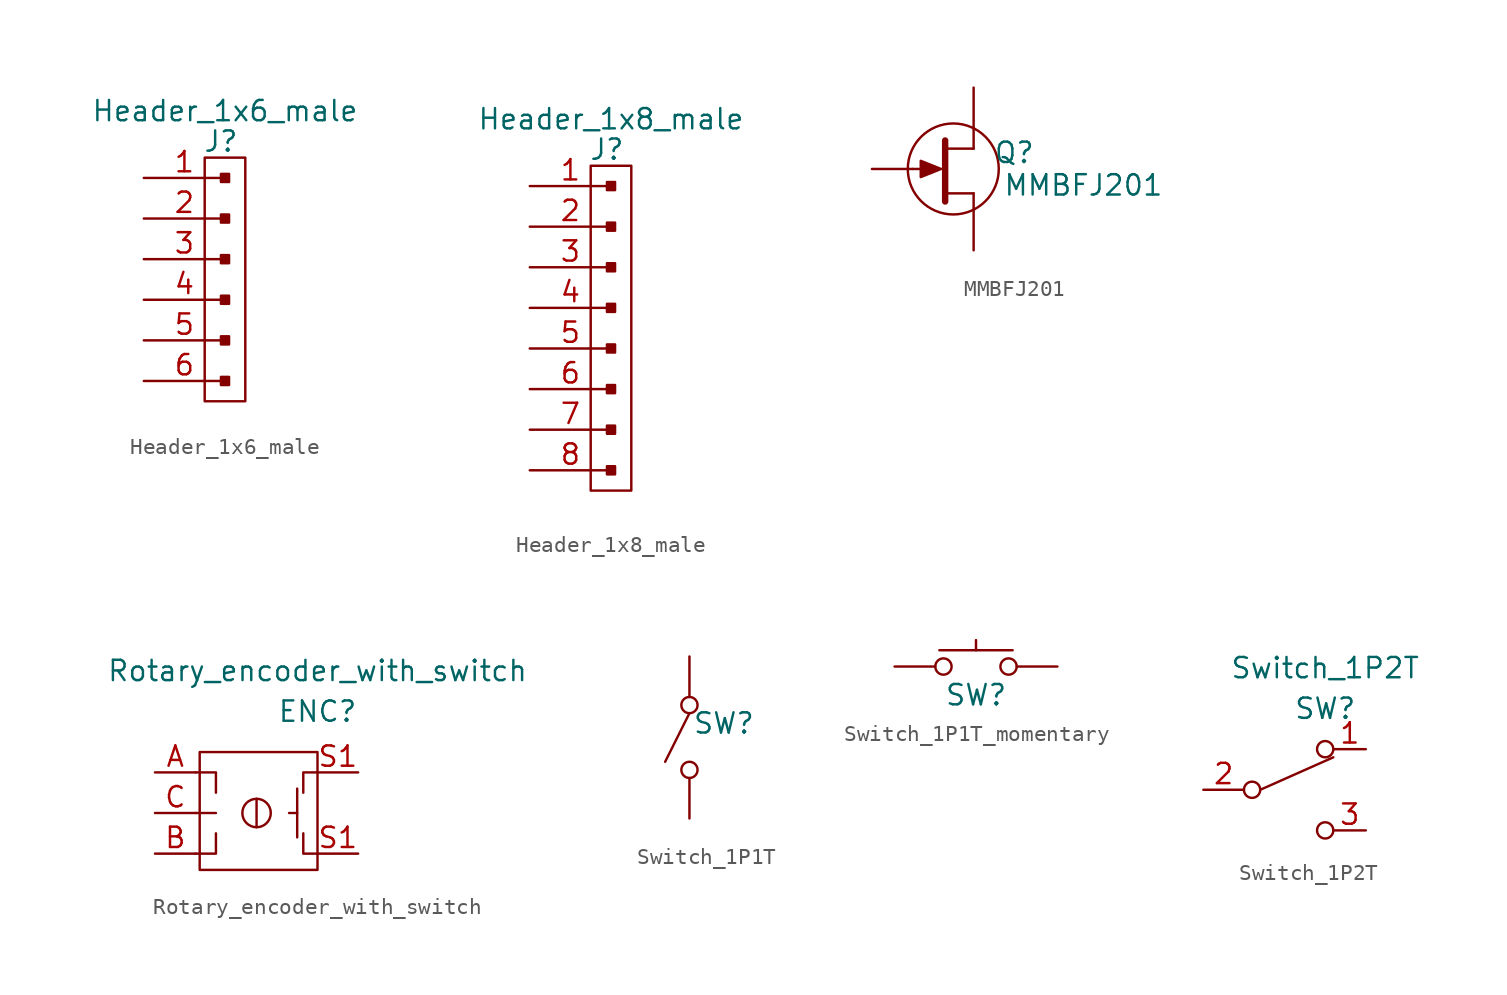
<source format=kicad_sym>
(kicad_symbol_lib
  (version 20211014)
  (generator kicad_symbol_editor)
  (symbol "Header_1x6_male"
    (pin_names hide)
    (property "Reference" "J"
      (at -0.254 2.286 0)
      (effects (font (size 1.27 1.27))))
    (property "Value" "Header_1x6_male"
      (at 0 4.191 0)
      (effects (font (size 1.27 1.27))))
    (symbol "Header_1x6_male_0_1"
      (rectangle (start -1.27 1.27) (end 1.27 -13.97) (stroke (width 0) (type default) (color 0 0 0 0)) (fill (type none)))
      (rectangle (start -0.254 -12.446) (end 0.254 -12.954) (stroke (width 0) (type default) (color 0 0 0 0)) (fill (type outline)))
      (rectangle (start -0.254 -9.906) (end 0.254 -10.414) (stroke (width 0) (type default) (color 0 0 0 0)) (fill (type outline)))
      (rectangle (start -0.254 -7.366) (end 0.254 -7.874) (stroke (width 0) (type default) (color 0 0 0 0)) (fill (type outline)))
      (rectangle (start -0.254 -4.826) (end 0.254 -5.334) (stroke (width 0) (type default) (color 0 0 0 0)) (fill (type outline)))
      (rectangle (start -0.254 -2.286) (end 0.254 -2.794) (stroke (width 0) (type default) (color 0 0 0 0)) (fill (type outline)))
      (rectangle (start -0.254 0.254) (end 0.254 -0.254) (stroke (width 0) (type default) (color 0 0 0 0)) (fill (type outline))))
    (symbol "Header_1x6_male_1_1"
      (pin passive line (at -5.08 0 0) (length 5.08) (name "1" (effects (font (size 1.27 1.27)))) (number "1" (effects (font (size 1.27 1.27)))))
      (pin passive line (at -5.08 -2.54 0) (length 5.08) (name "2" (effects (font (size 1.27 1.27)))) (number "2" (effects (font (size 1.27 1.27)))))
      (pin passive line (at -5.08 -5.08 0) (length 5.08) (name "3" (effects (font (size 1.27 1.27)))) (number "3" (effects (font (size 1.27 1.27)))))
      (pin passive line (at -5.08 -7.62 0) (length 5.08) (name "4" (effects (font (size 1.27 1.27)))) (number "4" (effects (font (size 1.27 1.27)))))
      (pin passive line (at -5.08 -10.16 0) (length 5.08) (name "5" (effects (font (size 1.27 1.27)))) (number "5" (effects (font (size 1.27 1.27)))))
      (pin passive line (at -5.08 -12.7 0) (length 5.08) (name "6" (effects (font (size 1.27 1.27)))) (number "6" (effects (font (size 1.27 1.27)))))))
  (symbol "Header_1x8_male"
    (pin_names hide)
    (property "Reference" "J"
      (at -0.254 2.286 0)
      (effects (font (size 1.27 1.27))))
    (property "Value" "Header_1x8_male"
      (at 0 4.191 0)
      (effects (font (size 1.27 1.27))))
    (symbol "Header_1x8_male_0_1"
      (rectangle (start -1.27 1.27) (end 1.27 -19.05) (stroke (width 0) (type default) (color 0 0 0 0)) (fill (type none)))
      (rectangle (start -0.254 -17.526) (end 0.254 -18.034) (stroke (width 0) (type default) (color 0 0 0 0)) (fill (type outline)))
      (rectangle (start -0.254 -14.986) (end 0.254 -15.494) (stroke (width 0) (type default) (color 0 0 0 0)) (fill (type outline)))
      (rectangle (start -0.254 -12.446) (end 0.254 -12.954) (stroke (width 0) (type default) (color 0 0 0 0)) (fill (type outline)))
      (rectangle (start -0.254 -9.906) (end 0.254 -10.414) (stroke (width 0) (type default) (color 0 0 0 0)) (fill (type outline)))
      (rectangle (start -0.254 -7.366) (end 0.254 -7.874) (stroke (width 0) (type default) (color 0 0 0 0)) (fill (type outline)))
      (rectangle (start -0.254 -4.826) (end 0.254 -5.334) (stroke (width 0) (type default) (color 0 0 0 0)) (fill (type outline)))
      (rectangle (start -0.254 -2.286) (end 0.254 -2.794) (stroke (width 0) (type default) (color 0 0 0 0)) (fill (type outline)))
      (rectangle (start -0.254 0.254) (end 0.254 -0.254) (stroke (width 0) (type default) (color 0 0 0 0)) (fill (type outline))))
    (symbol "Header_1x8_male_1_1"
      (pin passive line (at -5.08 0 0) (length 5.08) (name "1" (effects (font (size 1.27 1.27)))) (number "1" (effects (font (size 1.27 1.27)))))
      (pin passive line (at -5.08 -2.54 0) (length 5.08) (name "2" (effects (font (size 1.27 1.27)))) (number "2" (effects (font (size 1.27 1.27)))))
      (pin passive line (at -5.08 -5.08 0) (length 5.08) (name "3" (effects (font (size 1.27 1.27)))) (number "3" (effects (font (size 1.27 1.27)))))
      (pin passive line (at -5.08 -7.62 0) (length 5.08) (name "4" (effects (font (size 1.27 1.27)))) (number "4" (effects (font (size 1.27 1.27)))))
      (pin passive line (at -5.08 -10.16 0) (length 5.08) (name "5" (effects (font (size 1.27 1.27)))) (number "5" (effects (font (size 1.27 1.27)))))
      (pin passive line (at -5.08 -12.7 0) (length 5.08) (name "6" (effects (font (size 1.27 1.27)))) (number "6" (effects (font (size 1.27 1.27)))))
      (pin passive line (at -5.08 -15.24 0) (length 5.08) (name "7" (effects (font (size 1.27 1.27)))) (number "7" (effects (font (size 1.27 1.27)))))
      (pin passive line (at -5.08 -17.78 0) (length 5.08) (name "8" (effects (font (size 1.27 1.27)))) (number "8" (effects (font (size 1.27 1.27)))))))
  (symbol "MMBFJ201"
    (pin_numbers hide)
    (pin_names hide)
    (property "Reference" "Q"
      (at 2.54 1.016 0)
      (effects (font (size 1.27 1.27))))
    (property "Value" "MMBFJ201"
      (at 6.858 -1.016 0)
      (effects (font (size 1.27 1.27))))
    (symbol "MMBFJ201_0_1"
      (circle (center -1.27 0) (radius 2.84) (stroke (width 0) (type default) (color 0 0 0 0)) (fill (type none)))
      (polyline (pts (xy -3.81 0) (xy -2.54 0)) (stroke (width 0) (type default) (color 0 0 0 0)) (fill (type none)))
      (polyline (pts (xy -1.778 1.778) (xy -1.778 -2.032)) (stroke (width 0.4) (type default) (color 0 0 0 0)) (fill (type none)))
      (polyline (pts (xy 0 -1.524) (xy -1.778 -1.524)) (stroke (width 0) (type default) (color 0 0 0 0)) (fill (type none)))
      (polyline (pts (xy 0 -1.524) (xy 0 -2.54)) (stroke (width 0) (type default) (color 0 0 0 0)) (fill (type none)))
      (polyline (pts (xy 0 1.27) (xy -1.778 1.27)) (stroke (width 0) (type default) (color 0 0 0 0)) (fill (type none)))
      (polyline (pts (xy 0 1.27) (xy 0 2.54)) (stroke (width 0) (type default) (color 0 0 0 0)) (fill (type none)))
      (polyline (pts (xy -2.032 0) (xy -3.302 -0.508) (xy -3.302 0.508) (xy -2.032 0)) (stroke (width 0) (type default) (color 0 0 0 0)) (fill (type outline))))
    (symbol "MMBFJ201_1_1"
      (pin passive line (at 0 5.08 270) (length 2.54) (name "D" (effects (font (size 1.27 1.27)))) (number "D" (effects (font (size 1.27 1.27)))))
      (pin input line (at -6.35 0 0) (length 2.54) (name "G" (effects (font (size 1.27 1.27)))) (number "G" (effects (font (size 1.27 1.27)))))
      (pin passive line (at 0 -5.08 90) (length 2.54) (name "S" (effects (font (size 1.27 1.27)))) (number "S" (effects (font (size 1.27 1.27)))))))
  (symbol "Rotary_encoder_with_switch"
    (pin_names hide)
    (property "Reference" "ENC"
      (at 0 3.81 0)
      (effects (font (size 1.27 1.27))))
    (property "Value" "Rotary_encoder_with_switch"
      (at 0 6.35 0)
      (effects (font (size 1.27 1.27))))
    (symbol "Rotary_encoder_with_switch_0_1"
      (rectangle (start -7.366 1.27) (end 0 -6.096) (stroke (width 0) (type default) (color 0 0 0 0)) (fill (type none)))
      (circle (center -3.81 -2.54) (radius 0.889) (stroke (width 0) (type default) (color 0 0 0 0)) (fill (type none)))
      (polyline (pts (xy -7.62 -2.54) (xy -6.35 -2.54)) (stroke (width 0) (type default) (color 0 0 0 0)) (fill (type none)))
      (polyline (pts (xy -3.81 -1.651) (xy -3.81 -3.429)) (stroke (width 0) (type default) (color 0 0 0 0)) (fill (type none)))
      (polyline (pts (xy -1.778 -2.54) (xy -1.27 -2.54)) (stroke (width 0) (type default) (color 0 0 0 0)) (fill (type none)))
      (polyline (pts (xy -1.27 -1.016) (xy -1.27 -4.064)) (stroke (width 0) (type default) (color 0 0 0 0)) (fill (type none)))
      (polyline (pts (xy -7.62 -5.08) (xy -6.35 -5.08) (xy -6.35 -3.81)) (stroke (width 0) (type default) (color 0 0 0 0)) (fill (type none)))
      (polyline (pts (xy -7.62 0) (xy -6.35 0) (xy -6.35 -1.27)) (stroke (width 0) (type default) (color 0 0 0 0)) (fill (type none)))
      (polyline (pts (xy 0 -5.08) (xy -0.889 -5.08) (xy -0.889 -3.81)) (stroke (width 0) (type default) (color 0 0 0 0)) (fill (type none)))
      (polyline (pts (xy 0 0) (xy -0.889 0) (xy -0.889 -1.27)) (stroke (width 0) (type default) (color 0 0 0 0)) (fill (type none))))
    (symbol "Rotary_encoder_with_switch_1_1"
      (pin passive line (at -10.16 0 0) (length 2.54) (name "A" (effects (font (size 1.27 1.27)))) (number "A" (effects (font (size 1.27 1.27)))))
      (pin passive line (at -10.16 -5.08 0) (length 2.54) (name "B" (effects (font (size 1.27 1.27)))) (number "B" (effects (font (size 1.27 1.27)))))
      (pin passive line (at -10.16 -2.54 0) (length 2.54) (name "C" (effects (font (size 1.27 1.27)))) (number "C" (effects (font (size 1.27 1.27)))))
      (pin passive line (at 2.54 -5.08 180) (length 2.54) (name "S1" (effects (font (size 1.27 1.27)))) (number "S1" (effects (font (size 1.27 1.27)))))
      (pin passive line (at 2.54 0 180) (length 2.54) (name "S1" (effects (font (size 1.27 1.27)))) (number "S1" (effects (font (size 1.27 1.27)))))))
  (symbol "Switch_1P1T"
    (pin_numbers hide)
    (pin_names hide)
    (property "Reference" "SW"
      (at 2.159 0.889 0)
      (effects (font (size 1.27 1.27))))
    (symbol "Switch_1P1T_0_0"
      (circle (center 0 -2.032) (radius 0.508) (stroke (width 0) (type default) (color 0 0 0 0)) (fill (type none)))
      (polyline (pts (xy 0 1.524) (xy -1.524 -1.524)) (stroke (width 0) (type default) (color 0 0 0 0)) (fill (type none)))
      (circle (center 0 2.032) (radius 0.508) (stroke (width 0) (type default) (color 0 0 0 0)) (fill (type none))))
    (symbol "Switch_1P1T_1_1"
      (pin passive line (at 0 5.08 270) (length 2.54) (name "1" (effects (font (size 1.27 1.27)))) (number "1" (effects (font (size 1.27 1.27)))))
      (pin passive line (at 0 -5.08 90) (length 2.54) (name "2" (effects (font (size 1.27 1.27)))) (number "2" (effects (font (size 1.27 1.27)))))))
  (symbol "Switch_1P1T_momentary"
    (pin_numbers hide)
    (pin_names hide)
    (property "Reference" "SW"
      (at 5.08 -1.778 0)
      (effects (font (size 1.27 1.27))))
    (symbol "Switch_1P1T_momentary_0_0"
      (polyline (pts (xy 5.08 1.651) (xy 5.08 1.016)) (stroke (width 0) (type default) (color 0 0 0 0)) (fill (type none)))
      (polyline (pts (xy 7.366 1.016) (xy 2.794 1.016)) (stroke (width 0) (type default) (color 0 0 0 0)) (fill (type none)))
      (circle (center 3.048 0) (radius 0.508) (stroke (width 0) (type default) (color 0 0 0 0)) (fill (type none)))
      (circle (center 7.112 0) (radius 0.508) (stroke (width 0) (type default) (color 0 0 0 0)) (fill (type none))))
    (symbol "Switch_1P1T_momentary_1_1"
      (pin passive line (at 10.16 0 180) (length 2.54) (name "1" (effects (font (size 1.27 1.27)))) (number "1" (effects (font (size 1.27 1.27)))))
      (pin passive line (at 0 0 0) (length 2.54) (name "2" (effects (font (size 1.27 1.27)))) (number "2" (effects (font (size 1.27 1.27)))))))
  (symbol "Switch_1P2T"
    (pin_names hide)
    (property "Reference" "SW"
      (at 0 2.54 0)
      (effects (font (size 1.27 1.27))))
    (property "Value" "Switch_1P2T"
      (at 0 5.08 0)
      (effects (font (size 1.27 1.27))))
    (symbol "Switch_1P2T_0_1"
      (circle (center -4.572 -2.54) (radius 0.508) (stroke (width 0) (type default) (color 0 0 0 0)) (fill (type none)))
      (circle (center 0 -5.08) (radius 0.508) (stroke (width 0) (type default) (color 0 0 0 0)) (fill (type none)))
      (polyline (pts (xy -4.064 -2.54) (xy 0.508 -0.508)) (stroke (width 0) (type default) (color 0 0 0 0)) (fill (type none)))
      (circle (center 0 0) (radius 0.508) (stroke (width 0) (type default) (color 0 0 0 0)) (fill (type none))))
    (symbol "Switch_1P2T_1_1"
      (pin passive line (at 2.54 0 180) (length 2) (name "1" (effects (font (size 1.27 1.27)))) (number "1" (effects (font (size 1.27 1.27)))))
      (pin passive line (at -7.62 -2.54 0) (length 2.54) (name "2" (effects (font (size 1.27 1.27)))) (number "2" (effects (font (size 1.27 1.27)))))
      (pin passive line (at 2.54 -5.08 180) (length 2) (name "3" (effects (font (size 1.27 1.27)))) (number "3" (effects (font (size 1.27 1.27))))))))
</source>
